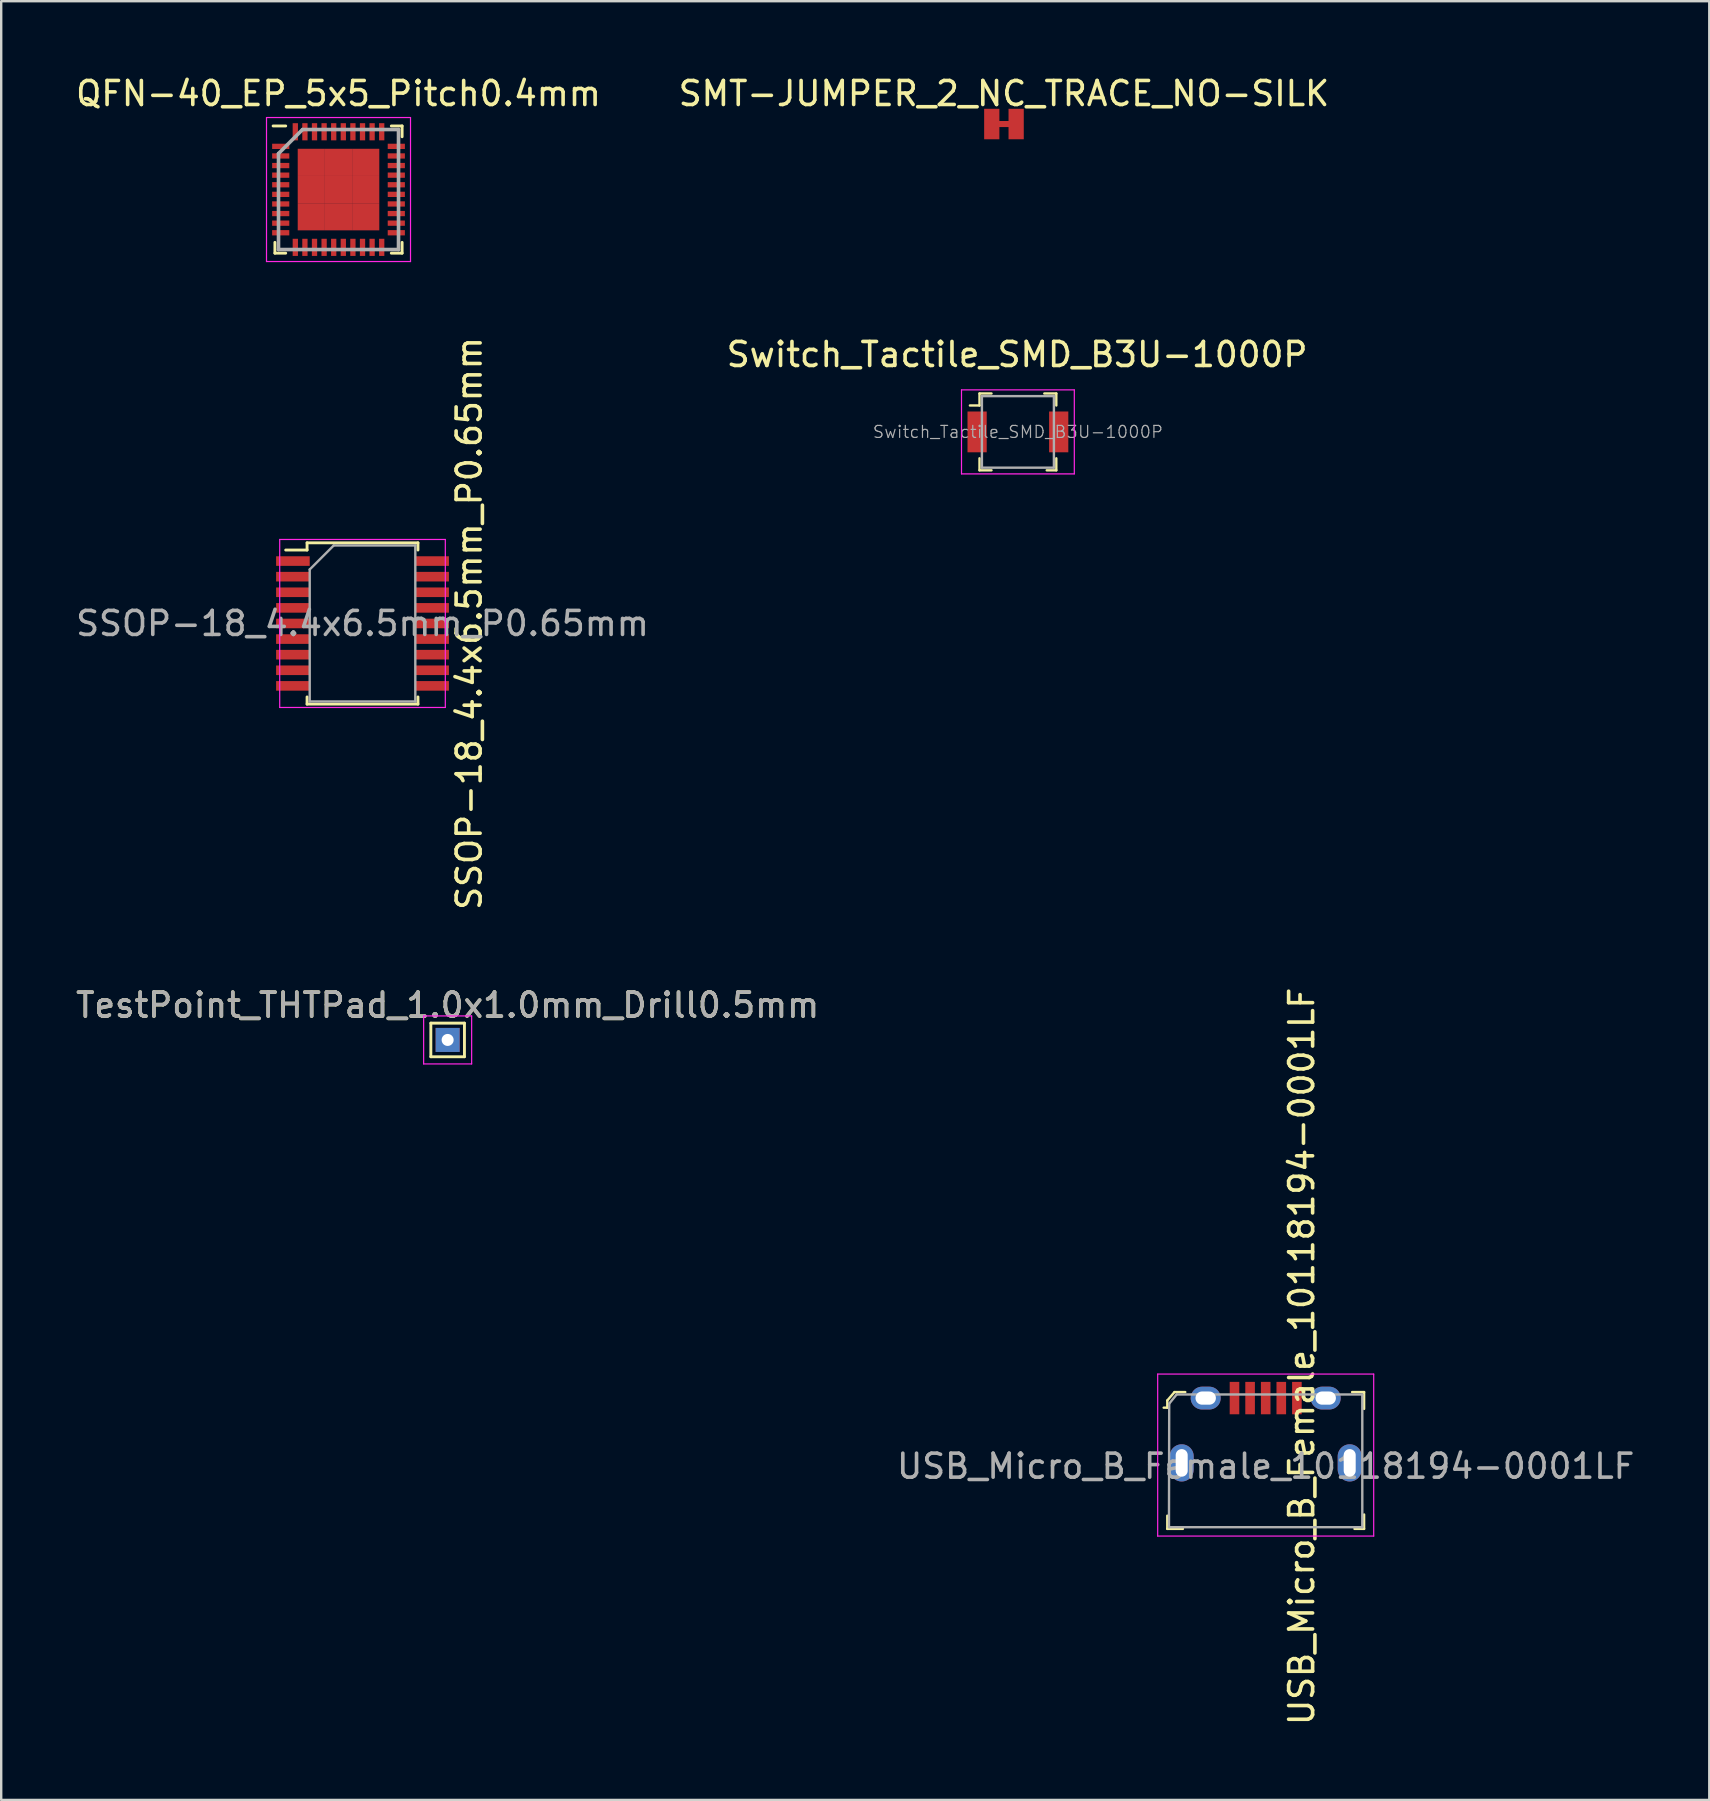
<source format=kicad_pcb>
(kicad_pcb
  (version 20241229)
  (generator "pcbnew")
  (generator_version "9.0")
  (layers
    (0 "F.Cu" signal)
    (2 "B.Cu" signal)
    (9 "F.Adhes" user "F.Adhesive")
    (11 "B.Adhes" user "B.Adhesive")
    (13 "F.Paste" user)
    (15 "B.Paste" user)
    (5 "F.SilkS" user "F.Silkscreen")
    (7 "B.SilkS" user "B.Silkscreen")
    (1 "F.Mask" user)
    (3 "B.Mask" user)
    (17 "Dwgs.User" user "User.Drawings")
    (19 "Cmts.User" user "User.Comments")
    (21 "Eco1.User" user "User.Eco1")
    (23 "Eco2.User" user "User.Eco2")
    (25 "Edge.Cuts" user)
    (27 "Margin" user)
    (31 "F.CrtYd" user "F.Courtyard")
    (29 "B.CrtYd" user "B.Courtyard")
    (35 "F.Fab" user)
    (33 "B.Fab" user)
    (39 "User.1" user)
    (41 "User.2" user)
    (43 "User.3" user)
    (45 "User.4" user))
  (footprint "TestPoint_THTPad_1.0x1.0mm_Drill0.5mm"
    (layer "F.Cu")
    (at 15.601 40.279)
    (property "Reference" "TestPoint_THTPad_1.0x1.0mm_Drill0.5mm" (at 0 -1.448 0) (layer "F.SilkS") (effects (font (size 1 1) (thickness 0.15))))
    (attr exclude_from_pos_files exclude_from_bom)
    (fp_line (start -0.7 -0.7) (end 0.7 -0.7) (stroke (width 0.12) (type solid)) (layer "F.SilkS"))
    (fp_line (start -0.7 0.7) (end -0.7 -0.7) (stroke (width 0.12) (type solid)) (layer "F.SilkS"))
    (fp_line (start 0.7 -0.7) (end 0.7 0.7) (stroke (width 0.12) (type solid)) (layer "F.SilkS"))
    (fp_line (start 0.7 0.7) (end -0.7 0.7) (stroke (width 0.12) (type solid)) (layer "F.SilkS"))
    (fp_line (start -1 -1) (end -1 1) (stroke (width 0.05) (type solid)) (layer "F.CrtYd"))
    (fp_line (start -1 -1) (end 1 -1) (stroke (width 0.05) (type solid)) (layer "F.CrtYd"))
    (fp_line (start 1 1) (end -1 1) (stroke (width 0.05) (type solid)) (layer "F.CrtYd"))
    (fp_line (start 1 1) (end 1 -1) (stroke (width 0.05) (type solid)) (layer "F.CrtYd"))
    (fp_text user "${REFERENCE}" (at 0 -1.45 0) (layer "F.Fab") (effects (font (size 1 1) (thickness 0.15))))
    (pad "1" thru_hole rect (at 0 0) (size 1 1) (drill 0.5) (layers "*.Cu" "*.Mask")))
  (footprint "QFN-40_EP_5x5_Pitch0.4mm"
    (layer "F.Cu")
    (at 11.054 4.848)
    (property "Reference" "QFN-40_EP_5x5_Pitch0.4mm" (at 0 -4 0) (layer "F.SilkS") (effects (font (size 1 1) (thickness 0.15))))
    (attr smd)
    (fp_line (start -2.65 2.65) (end -2.65 2.2) (stroke (width 0.12) (type solid)) (layer "F.SilkS"))
    (fp_line (start -2.2 -2.65) (end -2.725 -2.65) (stroke (width 0.12) (type solid)) (layer "F.SilkS"))
    (fp_line (start -2.2 2.65) (end -2.65 2.65) (stroke (width 0.12) (type solid)) (layer "F.SilkS"))
    (fp_line (start 2.2 -2.65) (end 2.65 -2.65) (stroke (width 0.12) (type solid)) (layer "F.SilkS"))
    (fp_line (start 2.2 2.65) (end 2.65 2.65) (stroke (width 0.12) (type solid)) (layer "F.SilkS"))
    (fp_line (start 2.65 -2.65) (end 2.65 -2.2) (stroke (width 0.12) (type solid)) (layer "F.SilkS"))
    (fp_line (start 2.65 2.65) (end 2.65 2.2) (stroke (width 0.12) (type solid)) (layer "F.SilkS"))
    (fp_line (start -3 -3) (end 3 -3) (stroke (width 0.05) (type solid)) (layer "F.CrtYd"))
    (fp_line (start -3 3) (end -3 -3) (stroke (width 0.05) (type solid)) (layer "F.CrtYd"))
    (fp_line (start 3 -3) (end 3 3) (stroke (width 0.05) (type solid)) (layer "F.CrtYd"))
    (fp_line (start 3 3) (end -3 3) (stroke (width 0.05) (type solid)) (layer "F.CrtYd"))
    (fp_line (start -2.5 -1.5) (end -2.5 2.5) (stroke (width 0.15) (type solid)) (layer "F.Fab"))
    (fp_line (start -2.5 2.5) (end 2.5 2.5) (stroke (width 0.15) (type solid)) (layer "F.Fab"))
    (fp_line (start -1.5 -2.5) (end -2.5 -1.5) (stroke (width 0.15) (type solid)) (layer "F.Fab"))
    (fp_line (start 2.5 -2.5) (end -1.5 -2.5) (stroke (width 0.15) (type solid)) (layer "F.Fab"))
    (fp_line (start 2.5 2.5) (end 2.5 -2.5) (stroke (width 0.15) (type solid)) (layer "F.Fab"))
    (pad "1" smd rect (at -2.408 -1.8 90) (size 0.22 0.715) (layers "F.Cu" "F.Mask" "F.Paste"))
    (pad "2" smd rect (at -2.408 -1.4 90) (size 0.22 0.715) (layers "F.Cu" "F.Mask" "F.Paste"))
    (pad "3" smd rect (at -2.408 -1 90) (size 0.22 0.715) (layers "F.Cu" "F.Mask" "F.Paste"))
    (pad "4" smd rect (at -2.408 -0.6 90) (size 0.22 0.715) (layers "F.Cu" "F.Mask" "F.Paste"))
    (pad "5" smd rect (at -2.408 -0.2 90) (size 0.22 0.715) (layers "F.Cu" "F.Mask" "F.Paste"))
    (pad "6" smd rect (at -2.408 0.2 90) (size 0.22 0.715) (layers "F.Cu" "F.Mask" "F.Paste"))
    (pad "7" smd rect (at -2.408 0.6 90) (size 0.22 0.715) (layers "F.Cu" "F.Mask" "F.Paste"))
    (pad "8" smd rect (at -2.408 1 90) (size 0.22 0.715) (layers "F.Cu" "F.Mask" "F.Paste"))
    (pad "9" smd rect (at -2.408 1.4 90) (size 0.22 0.715) (layers "F.Cu" "F.Mask" "F.Paste"))
    (pad "10" smd rect (at -2.408 1.8 90) (size 0.22 0.715) (layers "F.Cu" "F.Mask" "F.Paste"))
    (pad "11" smd rect (at -1.8 2.408) (size 0.22 0.715) (layers "F.Cu" "F.Mask" "F.Paste"))
    (pad "12" smd rect (at -1.4 2.408) (size 0.22 0.715) (layers "F.Cu" "F.Mask" "F.Paste"))
    (pad "13" smd rect (at -1 2.408) (size 0.22 0.715) (layers "F.Cu" "F.Mask" "F.Paste"))
    (pad "14" smd rect (at -0.6 2.408) (size 0.22 0.715) (layers "F.Cu" "F.Mask" "F.Paste"))
    (pad "15" smd rect (at -0.2 2.408) (size 0.22 0.715) (layers "F.Cu" "F.Mask" "F.Paste"))
    (pad "16" smd rect (at 0.2 2.408) (size 0.22 0.715) (layers "F.Cu" "F.Mask" "F.Paste"))
    (pad "17" smd rect (at 0.6 2.408) (size 0.22 0.715) (layers "F.Cu" "F.Mask" "F.Paste"))
    (pad "18" smd rect (at 1 2.408) (size 0.22 0.715) (layers "F.Cu" "F.Mask" "F.Paste"))
    (pad "19" smd rect (at 1.4 2.408) (size 0.22 0.715) (layers "F.Cu" "F.Mask" "F.Paste"))
    (pad "20" smd rect (at 1.8 2.408) (size 0.22 0.715) (layers "F.Cu" "F.Mask" "F.Paste"))
    (pad "21" smd rect (at 2.408 1.8 90) (size 0.22 0.715) (layers "F.Cu" "F.Mask" "F.Paste"))
    (pad "22" smd rect (at 2.408 1.4 90) (size 0.22 0.715) (layers "F.Cu" "F.Mask" "F.Paste"))
    (pad "23" smd rect (at 2.408 1 90) (size 0.22 0.715) (layers "F.Cu" "F.Mask" "F.Paste"))
    (pad "24" smd rect (at 2.408 0.6 90) (size 0.22 0.715) (layers "F.Cu" "F.Mask" "F.Paste"))
    (pad "25" smd rect (at 2.408 0.2 90) (size 0.22 0.715) (layers "F.Cu" "F.Mask" "F.Paste"))
    (pad "26" smd rect (at 2.408 -0.2 90) (size 0.22 0.715) (layers "F.Cu" "F.Mask" "F.Paste"))
    (pad "27" smd rect (at 2.408 -0.6 90) (size 0.22 0.715) (layers "F.Cu" "F.Mask" "F.Paste"))
    (pad "28" smd rect (at 2.408 -1 90) (size 0.22 0.715) (layers "F.Cu" "F.Mask" "F.Paste"))
    (pad "29" smd rect (at 2.408 -1.4 90) (size 0.22 0.715) (layers "F.Cu" "F.Mask" "F.Paste"))
    (pad "30" smd rect (at 2.408 -1.8 90) (size 0.22 0.715) (layers "F.Cu" "F.Mask" "F.Paste"))
    (pad "31" smd rect (at 1.8 -2.408) (size 0.22 0.715) (layers "F.Cu" "F.Mask" "F.Paste"))
    (pad "32" smd rect (at 1.4 -2.408) (size 0.22 0.715) (layers "F.Cu" "F.Mask" "F.Paste"))
    (pad "33" smd rect (at 1 -2.408) (size 0.22 0.715) (layers "F.Cu" "F.Mask" "F.Paste"))
    (pad "34" smd rect (at 0.6 -2.408) (size 0.22 0.715) (layers "F.Cu" "F.Mask" "F.Paste"))
    (pad "35" smd rect (at 0.2 -2.408) (size 0.22 0.715) (layers "F.Cu" "F.Mask" "F.Paste"))
    (pad "36" smd rect (at -0.2 -2.408) (size 0.22 0.715) (layers "F.Cu" "F.Mask" "F.Paste"))
    (pad "37" smd rect (at -0.6 -2.408) (size 0.22 0.715) (layers "F.Cu" "F.Mask" "F.Paste"))
    (pad "38" smd rect (at -1 -2.408) (size 0.22 0.715) (layers "F.Cu" "F.Mask" "F.Paste"))
    (pad "39" smd rect (at -1.4 -2.408) (size 0.22 0.715) (layers "F.Cu" "F.Mask" "F.Paste"))
    (pad "40" smd rect (at -1.8 -2.408) (size 0.22 0.715) (layers "F.Cu" "F.Mask" "F.Paste"))
    (pad "41" smd rect (at -1.133 -1.133) (size 1.133 1.133) (layers "F.Cu" "F.Mask" "F.Paste"))
    (pad "41" smd rect (at -1.133 0) (size 1.133 1.133) (layers "F.Cu" "F.Mask" "F.Paste"))
    (pad "41" smd rect (at -1.133 1.133) (size 1.133 1.133) (layers "F.Cu" "F.Mask" "F.Paste"))
    (pad "41" smd rect (at 0 -1.133) (size 1.133 1.133) (layers "F.Cu" "F.Mask" "F.Paste"))
    (pad "41" smd rect (at 0 0) (size 1.133 1.133) (layers "F.Cu" "F.Mask" "F.Paste"))
    (pad "41" smd rect (at 0 1.133) (size 1.133 1.133) (layers "F.Cu" "F.Mask" "F.Paste"))
    (pad "41" smd rect (at 1.133 -1.133) (size 1.133 1.133) (layers "F.Cu" "F.Mask" "F.Paste"))
    (pad "41" smd rect (at 1.133 0) (size 1.133 1.133) (layers "F.Cu" "F.Mask" "F.Paste"))
    (pad "41" smd rect (at 1.133 1.133) (size 1.133 1.133) (layers "F.Cu" "F.Mask" "F.Paste")))
  (footprint "Switch_Tactile_SMD_B3U-1000P"
    (layer "F.Cu")
    (at 39.361 14.945)
    (property "Reference" "Switch_Tactile_SMD_B3U-1000P" (at -0.033 -3.224 180) (layer "F.SilkS") (effects (font (size 1 1) (thickness 0.15))))
    (attr smd)
    (fp_line (start -1.6 -1.6) (end -1.6 -1.1) (stroke (width 0.1) (type solid)) (layer "F.SilkS"))
    (fp_line (start -1.6 -1.6) (end -1.1 -1.6) (stroke (width 0.1) (type solid)) (layer "F.SilkS"))
    (fp_line (start -1.6 -1.1) (end -2 -1.1) (stroke (width 0.1) (type solid)) (layer "F.SilkS"))
    (fp_line (start -1.6 1.6) (end -1.6 1.1) (stroke (width 0.1) (type solid)) (layer "F.SilkS"))
    (fp_line (start -1.6 1.6) (end -1.1 1.6) (stroke (width 0.1) (type solid)) (layer "F.SilkS"))
    (fp_line (start 1.6 -1.6) (end 1.1 -1.6) (stroke (width 0.1) (type solid)) (layer "F.SilkS"))
    (fp_line (start 1.6 -1.6) (end 1.6 -1.1) (stroke (width 0.1) (type solid)) (layer "F.SilkS"))
    (fp_line (start 1.6 1.6) (end 1.2 1.6) (stroke (width 0.1) (type solid)) (layer "F.SilkS"))
    (fp_line (start 1.6 1.6) (end 1.6 1.1) (stroke (width 0.1) (type solid)) (layer "F.SilkS"))
    (fp_line (start -2.35 -1.75) (end 2.35 -1.75) (stroke (width 0.05) (type solid)) (layer "F.CrtYd"))
    (fp_line (start -2.35 1.75) (end -2.35 -1.75) (stroke (width 0.05) (type solid)) (layer "F.CrtYd"))
    (fp_line (start -2.35 1.75) (end 2.35 1.75) (stroke (width 0.05) (type solid)) (layer "F.CrtYd"))
    (fp_line (start 2.35 1.75) (end 2.35 -1.75) (stroke (width 0.05) (type solid)) (layer "F.CrtYd"))
    (fp_line (start -1.5 -1.49) (end -1.5 1.49) (stroke (width 0.1) (type solid)) (layer "F.Fab"))
    (fp_line (start -1.5 -1.49) (end 1.5 -1.49) (stroke (width 0.1) (type solid)) (layer "F.Fab"))
    (fp_line (start -1.5 1.49) (end 1.5 1.49) (stroke (width 0.1) (type solid)) (layer "F.Fab"))
    (fp_line (start 1.5 -1.49) (end 1.5 1.49) (stroke (width 0.1) (type solid)) (layer "F.Fab"))
    (fp_text user "${REFERENCE}" (at 0 0 0) (layer "F.Fab") (effects (font (size 0.5 0.5) (thickness 0.05))))
    (pad "1" smd rect (at -1.7 0) (size 0.8 1.7) (layers "F.Cu" "F.Mask" "F.Paste"))
    (pad "2" smd rect (at 1.7 0) (size 0.8 1.7) (layers "F.Cu" "F.Mask" "F.Paste")))
  (footprint "USB_Micro_B_Female_10118194-0001LF"
    (layer "F.Cu")
    (at 49.685 55.201)
    (property "Reference" "USB_Micro_B_Female_10118194-0001LF" (at 1.5 -1.738 90) (layer "F.SilkS") (effects (font (size 1 1) (thickness 0.15))))
    (attr through_hole)
    (fp_line (start -4.1 0.1) (end -4.1 0.4) (stroke (width 0.1) (type solid)) (layer "F.SilkS"))
    (fp_line (start -4.1 0.4) (end -4.25 0.4) (stroke (width 0.1) (type solid)) (layer "F.SilkS"))
    (fp_line (start -4.1 4.9) (end -4.1 5.45) (stroke (width 0.1) (type solid)) (layer "F.SilkS"))
    (fp_line (start -4.1 5.45) (end -3.45 5.45) (stroke (width 0.1) (type solid)) (layer "F.SilkS"))
    (fp_line (start -3.8 -0.25) (end -4.1 0.1) (stroke (width 0.1) (type solid)) (layer "F.SilkS"))
    (fp_line (start -3.35 -0.25) (end -3.8 -0.25) (stroke (width 0.1) (type solid)) (layer "F.SilkS"))
    (fp_line (start 3.6 -0.25) (end 4.1 -0.25) (stroke (width 0.1) (type solid)) (layer "F.SilkS"))
    (fp_line (start 4.1 -0.25) (end 4.1 0.45) (stroke (width 0.1) (type solid)) (layer "F.SilkS"))
    (fp_line (start 4.1 4.85) (end 4.1 5.45) (stroke (width 0.1) (type solid)) (layer "F.SilkS"))
    (fp_line (start 4.1 5.45) (end 3.7 5.45) (stroke (width 0.1) (type solid)) (layer "F.SilkS"))
    (fp_line (start -4.5 -1) (end 4.5 -1) (stroke (width 0.05) (type solid)) (layer "F.CrtYd"))
    (fp_line (start -4.5 5.75) (end -4.5 -1) (stroke (width 0.05) (type solid)) (layer "F.CrtYd"))
    (fp_line (start -4.5 5.75) (end 4.5 5.75) (stroke (width 0.05) (type solid)) (layer "F.CrtYd"))
    (fp_line (start 4.5 5.75) (end 4.5 -1) (stroke (width 0.05) (type solid)) (layer "F.CrtYd"))
    (fp_line (start -4.03 5.38) (end -4.02 0.23) (stroke (width 0.1) (type solid)) (layer "F.Fab"))
    (fp_line (start -4.025 5.38) (end 4.025 5.38) (stroke (width 0.1) (type solid)) (layer "F.Fab"))
    (fp_line (start -4.02 0.23) (end -3.71 -0.15) (stroke (width 0.1) (type solid)) (layer "F.Fab"))
    (fp_line (start 4.02 -0.15) (end -3.71 -0.15) (stroke (width 0.1) (type solid)) (layer "F.Fab"))
    (fp_line (start 4.025 5.38) (end 4.025 -0.15) (stroke (width 0.1) (type solid)) (layer "F.Fab"))
    (fp_text user "${REFERENCE}" (at 0 2.84 0) (layer "F.Fab") (effects (font (size 1 1) (thickness 0.15))))
    (pad "1" smd rect (at -1.3 0) (size 0.4 1.35) (layers "F.Cu" "F.Mask" "F.Paste"))
    (pad "2" smd rect (at -0.65 0) (size 0.4 1.35) (layers "F.Cu" "F.Mask" "F.Paste"))
    (pad "3" smd rect (at 0 0) (size 0.4 1.35) (layers "F.Cu" "F.Mask" "F.Paste"))
    (pad "4" smd rect (at 0.65 0) (size 0.4 1.35) (layers "F.Cu" "F.Mask" "F.Paste"))
    (pad "5" smd rect (at 1.3 0) (size 0.4 1.35) (layers "F.Cu" "F.Mask" "F.Paste"))
    (pad "SH" thru_hole oval (at -3.5 2.7) (size 1 1.55) (drill oval 0.5 1.15) (layers "*.Cu" "*.Mask"))
    (pad "SH" thru_hole oval (at -2.5 0) (size 1.25 0.95) (drill oval 0.85 0.55) (layers "*.Cu" "*.Mask"))
    (pad "SH" thru_hole oval (at 2.5 0) (size 1.25 0.95) (drill oval 0.85 0.55) (layers "*.Cu" "*.Mask"))
    (pad "SH" thru_hole oval (at 3.5 2.7) (size 1 1.55) (drill oval 0.5 1.15) (layers "*.Cu" "*.Mask")))
  (footprint "SMT-JUMPER_2_NC_TRACE_NO-SILK"
    (layer "F.Cu")
    (at 38.78 2.118)
    (property "Reference" "SMT-JUMPER_2_NC_TRACE_NO-SILK" (at 0 -1.27 0) (layer "F.SilkS") (effects (font (size 1 1) (thickness 0.15))))
    (attr smd)
    (fp_line (start -0.508 0) (end 0.508 0) (stroke (width 0.254) (type solid)) (layer "F.Cu"))
    (pad "1" smd rect (at -0.508 0) (size 0.635 1.27) (layers "F.Cu" "F.Mask"))
    (pad "2" smd rect (at 0.508 0) (size 0.635 1.27) (layers "F.Cu" "F.Mask")))
  (footprint "SSOP-18_4.4x6.5mm_P0.65mm"
    (layer "F.Cu")
    (at 12.054 22.927)
    (property "Reference" "SSOP-18_4.4x6.5mm_P0.65mm" (at 4.445 0 90) (layer "F.SilkS") (effects (font (size 1 1) (thickness 0.15))))
    (attr smd)
    (fp_line (start -3.2 -3.06) (end -2.31 -3.06) (stroke (width 0.12) (type solid)) (layer "F.SilkS"))
    (fp_line (start -2.31 -3.36) (end 2.31 -3.36) (stroke (width 0.12) (type solid)) (layer "F.SilkS"))
    (fp_line (start -2.31 -3.06) (end -2.31 -3.36) (stroke (width 0.12) (type solid)) (layer "F.SilkS"))
    (fp_line (start -2.31 3.06) (end -2.31 3.36) (stroke (width 0.12) (type solid)) (layer "F.SilkS"))
    (fp_line (start -2.31 3.36) (end 2.31 3.36) (stroke (width 0.12) (type solid)) (layer "F.SilkS"))
    (fp_line (start 2.31 -3.36) (end 2.31 -3.06) (stroke (width 0.12) (type solid)) (layer "F.SilkS"))
    (fp_line (start 2.31 3.36) (end 2.31 3.06) (stroke (width 0.12) (type solid)) (layer "F.SilkS"))
    (fp_line (start -3.45 -3.5) (end 3.45 -3.5) (stroke (width 0.05) (type solid)) (layer "F.CrtYd"))
    (fp_line (start -3.45 3.5) (end -3.45 -3.5) (stroke (width 0.05) (type solid)) (layer "F.CrtYd"))
    (fp_line (start 3.45 -3.5) (end 3.45 3.5) (stroke (width 0.05) (type solid)) (layer "F.CrtYd"))
    (fp_line (start 3.45 3.5) (end -3.45 3.5) (stroke (width 0.05) (type solid)) (layer "F.CrtYd"))
    (fp_line (start -2.2 -2.25) (end -1.2 -3.25) (stroke (width 0.1) (type solid)) (layer "F.Fab"))
    (fp_line (start -2.2 3.25) (end -2.2 -2.25) (stroke (width 0.1) (type solid)) (layer "F.Fab"))
    (fp_line (start -1.2 -3.25) (end 2.2 -3.25) (stroke (width 0.1) (type solid)) (layer "F.Fab"))
    (fp_line (start 2.2 -3.25) (end 2.2 3.25) (stroke (width 0.1) (type solid)) (layer "F.Fab"))
    (fp_line (start 2.2 3.25) (end -2.2 3.25) (stroke (width 0.1) (type solid)) (layer "F.Fab"))
    (fp_text user "${REFERENCE}" (at 0 0 0) (layer "F.Fab") (effects (font (size 1 1) (thickness 0.15))))
    (pad "1" smd rect (at -2.9 -2.6) (size 1.4 0.4) (layers "F.Cu" "F.Mask" "F.Paste"))
    (pad "2" smd rect (at -2.9 -1.95) (size 1.4 0.4) (layers "F.Cu" "F.Mask" "F.Paste"))
    (pad "3" smd rect (at -2.9 -1.3) (size 1.4 0.4) (layers "F.Cu" "F.Mask" "F.Paste"))
    (pad "4" smd rect (at -2.9 -0.65) (size 1.4 0.4) (layers "F.Cu" "F.Mask" "F.Paste"))
    (pad "5" smd rect (at -2.9 0) (size 1.4 0.4) (layers "F.Cu" "F.Mask" "F.Paste"))
    (pad "6" smd rect (at -2.9 0.65) (size 1.4 0.4) (layers "F.Cu" "F.Mask" "F.Paste"))
    (pad "7" smd rect (at -2.9 1.3) (size 1.4 0.4) (layers "F.Cu" "F.Mask" "F.Paste"))
    (pad "8" smd rect (at -2.9 1.95) (size 1.4 0.4) (layers "F.Cu" "F.Mask" "F.Paste"))
    (pad "9" smd rect (at -2.9 2.6) (size 1.4 0.4) (layers "F.Cu" "F.Mask" "F.Paste"))
    (pad "10" smd rect (at 2.9 2.6) (size 1.4 0.4) (layers "F.Cu" "F.Mask" "F.Paste"))
    (pad "11" smd rect (at 2.9 1.95) (size 1.4 0.4) (layers "F.Cu" "F.Mask" "F.Paste"))
    (pad "12" smd rect (at 2.9 1.3) (size 1.4 0.4) (layers "F.Cu" "F.Mask" "F.Paste"))
    (pad "13" smd rect (at 2.9 0.65) (size 1.4 0.4) (layers "F.Cu" "F.Mask" "F.Paste"))
    (pad "14" smd rect (at 2.9 0) (size 1.4 0.4) (layers "F.Cu" "F.Mask" "F.Paste"))
    (pad "15" smd rect (at 2.9 -0.65) (size 1.4 0.4) (layers "F.Cu" "F.Mask" "F.Paste"))
    (pad "16" smd rect (at 2.9 -1.3) (size 1.4 0.4) (layers "F.Cu" "F.Mask" "F.Paste"))
    (pad "17" smd rect (at 2.9 -1.95) (size 1.4 0.4) (layers "F.Cu" "F.Mask" "F.Paste"))
    (pad "18" smd rect (at 2.9 -2.6) (size 1.4 0.4) (layers "F.Cu" "F.Mask" "F.Paste")))
  (gr_rect
    (start -3 -3)
    (end 68.167 71.945)
    (stroke (width 0.1) (type default))
    (fill no)
    (layer "Edge.Cuts")))
</source>
